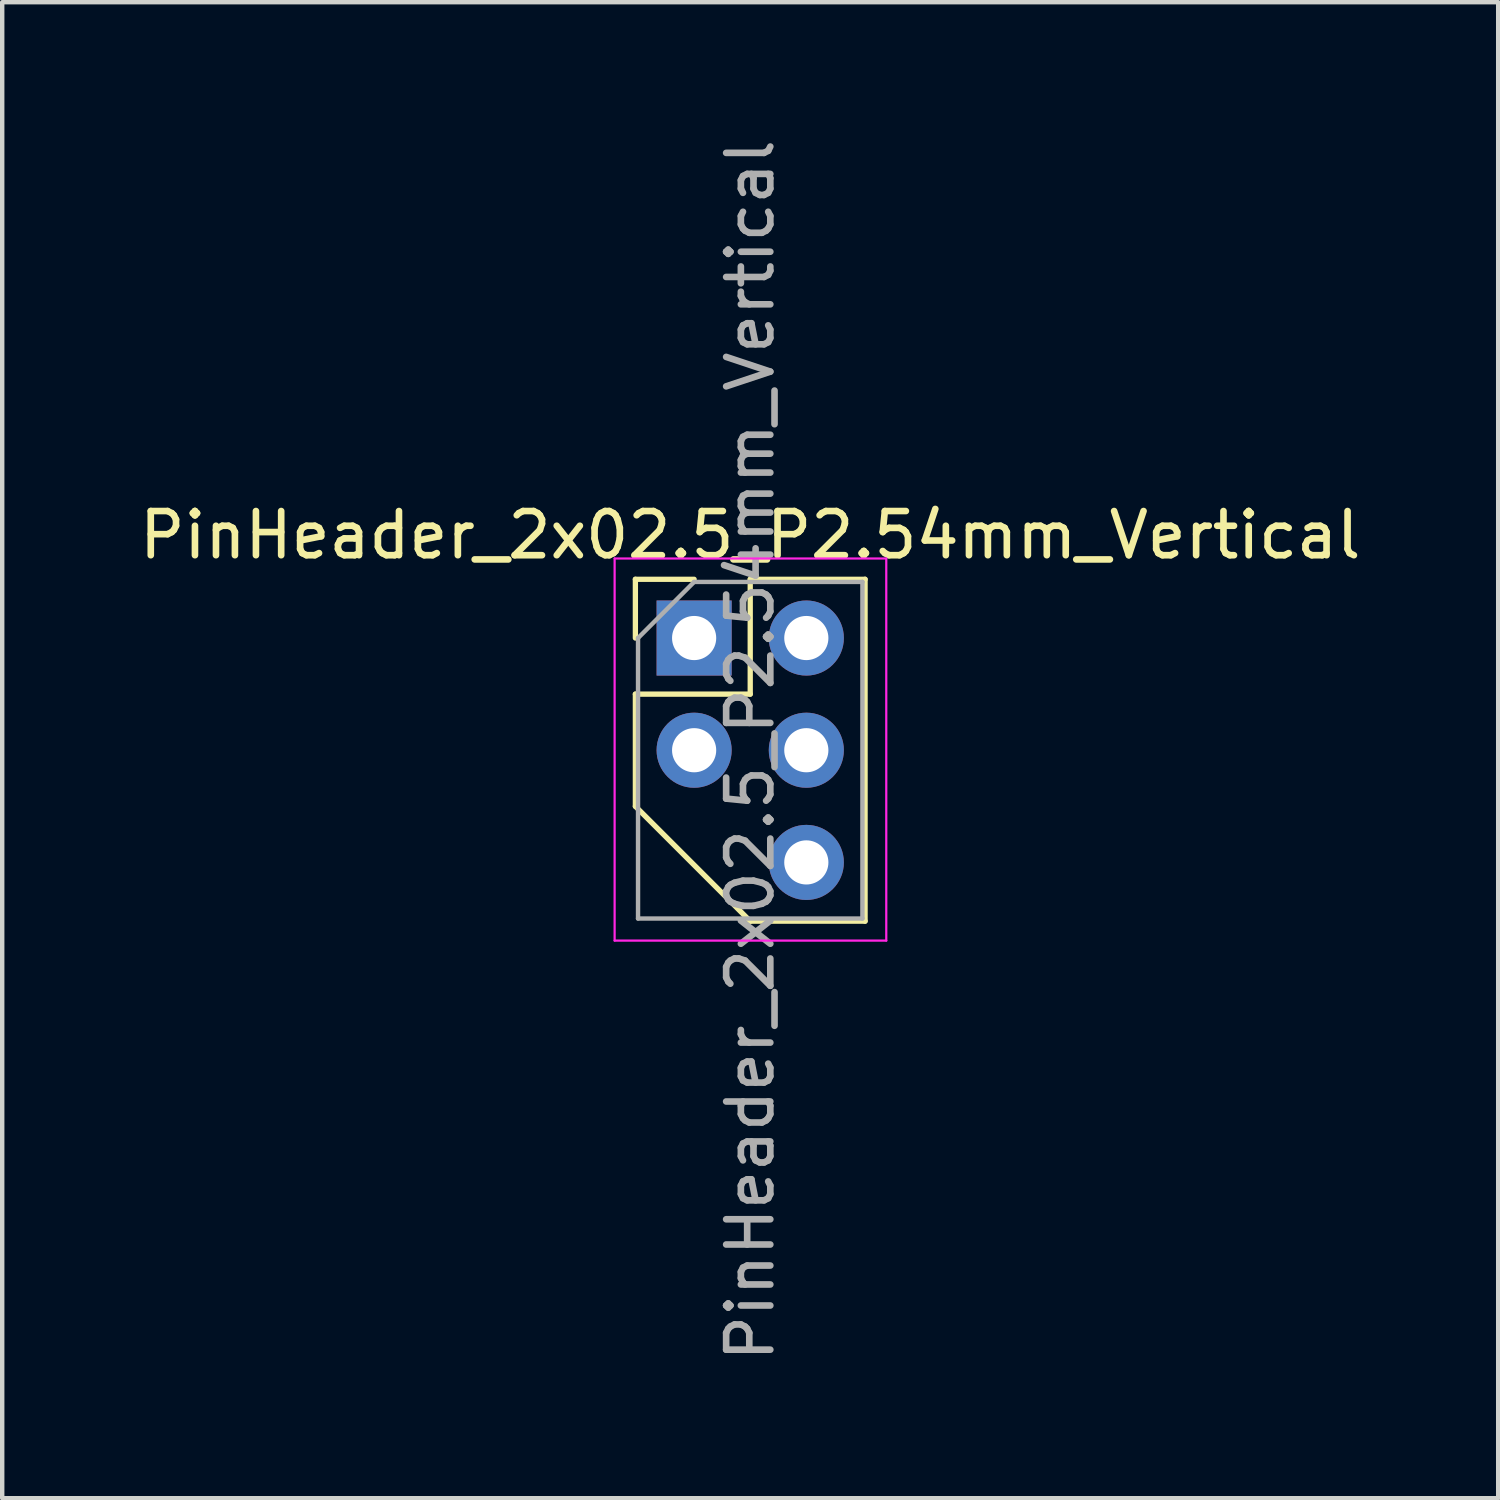
<source format=kicad_pcb>
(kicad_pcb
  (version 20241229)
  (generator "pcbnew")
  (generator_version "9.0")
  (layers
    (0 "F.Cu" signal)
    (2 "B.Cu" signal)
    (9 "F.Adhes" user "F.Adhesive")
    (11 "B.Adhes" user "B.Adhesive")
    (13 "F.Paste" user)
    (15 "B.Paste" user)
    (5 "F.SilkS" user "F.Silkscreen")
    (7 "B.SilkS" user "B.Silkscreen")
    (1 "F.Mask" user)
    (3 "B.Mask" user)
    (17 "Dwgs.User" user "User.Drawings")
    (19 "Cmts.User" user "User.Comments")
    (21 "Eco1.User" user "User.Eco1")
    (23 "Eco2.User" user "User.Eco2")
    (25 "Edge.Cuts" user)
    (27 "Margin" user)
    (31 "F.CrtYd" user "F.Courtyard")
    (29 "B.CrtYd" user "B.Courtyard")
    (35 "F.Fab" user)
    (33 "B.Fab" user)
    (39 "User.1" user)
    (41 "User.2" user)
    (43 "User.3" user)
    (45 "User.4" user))
  (footprint "PinHeader_2x02.5_P2.54mm_Vertical"
    (layer "F.Cu")
    (at 12.665 11.395)
    (property "Reference" "PinHeader_2x02.5_P2.54mm_Vertical" (at 1.27 -2.33 0) (layer "F.SilkS") (effects (font (size 1 1) (thickness 0.15))))
    (attr through_hole)
    (fp_line (start -1.33 -1.33) (end 0 -1.33) (stroke (width 0.12) (type solid)) (layer "F.SilkS"))
    (fp_line (start -1.33 0) (end -1.33 -1.33) (stroke (width 0.12) (type solid)) (layer "F.SilkS"))
    (fp_line (start -1.33 1.27) (end -1.33 3.81) (stroke (width 0.12) (type solid)) (layer "F.SilkS"))
    (fp_line (start -1.33 1.27) (end 1.27 1.27) (stroke (width 0.12) (type solid)) (layer "F.SilkS"))
    (fp_line (start -1.33 3.81) (end 1.27 6.41) (stroke (width 0.12) (type solid)) (layer "F.SilkS"))
    (fp_line (start 1.27 -1.33) (end 3.87 -1.33) (stroke (width 0.12) (type solid)) (layer "F.SilkS"))
    (fp_line (start 1.27 1.27) (end 1.27 -1.33) (stroke (width 0.12) (type solid)) (layer "F.SilkS"))
    (fp_line (start 1.27 6.41) (end 3.87 6.41) (stroke (width 0.12) (type solid)) (layer "F.SilkS"))
    (fp_line (start 3.87 -1.33) (end 3.87 6.41) (stroke (width 0.12) (type solid)) (layer "F.SilkS"))
    (fp_line (start -1.8 -1.8) (end -1.8 6.85) (stroke (width 0.05) (type solid)) (layer "F.CrtYd"))
    (fp_line (start -1.8 6.85) (end 4.35 6.85) (stroke (width 0.05) (type solid)) (layer "F.CrtYd"))
    (fp_line (start 4.35 -1.8) (end -1.8 -1.8) (stroke (width 0.05) (type solid)) (layer "F.CrtYd"))
    (fp_line (start 4.35 6.85) (end 4.35 -1.8) (stroke (width 0.05) (type solid)) (layer "F.CrtYd"))
    (fp_line (start -1.27 0) (end 0 -1.27) (stroke (width 0.1) (type solid)) (layer "F.Fab"))
    (fp_line (start -1.27 6.35) (end -1.27 0) (stroke (width 0.1) (type solid)) (layer "F.Fab"))
    (fp_line (start 0 -1.27) (end 3.81 -1.27) (stroke (width 0.1) (type solid)) (layer "F.Fab"))
    (fp_line (start 3.81 -1.27) (end 3.81 6.35) (stroke (width 0.1) (type solid)) (layer "F.Fab"))
    (fp_line (start 3.81 6.35) (end -1.27 6.35) (stroke (width 0.1) (type solid)) (layer "F.Fab"))
    (fp_text user "${REFERENCE}" (at 1.27 2.54 90) (layer "F.Fab") (effects (font (size 1 1) (thickness 0.15))))
    (pad "1" thru_hole rect (at 0 0) (size 1.7 1.7) (drill 1) (layers "*.Cu" "*.Mask"))
    (pad "2" thru_hole oval (at 2.54 0) (size 1.7 1.7) (drill 1) (layers "*.Cu" "*.Mask"))
    (pad "3" thru_hole oval (at 0 2.54) (size 1.7 1.7) (drill 1) (layers "*.Cu" "*.Mask"))
    (pad "4" thru_hole oval (at 2.54 2.54) (size 1.7 1.7) (drill 1) (layers "*.Cu" "*.Mask"))
    (pad "6" thru_hole oval (at 2.54 5.08) (size 1.7 1.7) (drill 1) (layers "*.Cu" "*.Mask")))
  (gr_rect
    (start -3 -3)
    (end 30.869 30.869)
    (stroke (width 0.1) (type default))
    (fill no)
    (layer "Edge.Cuts")))
</source>
